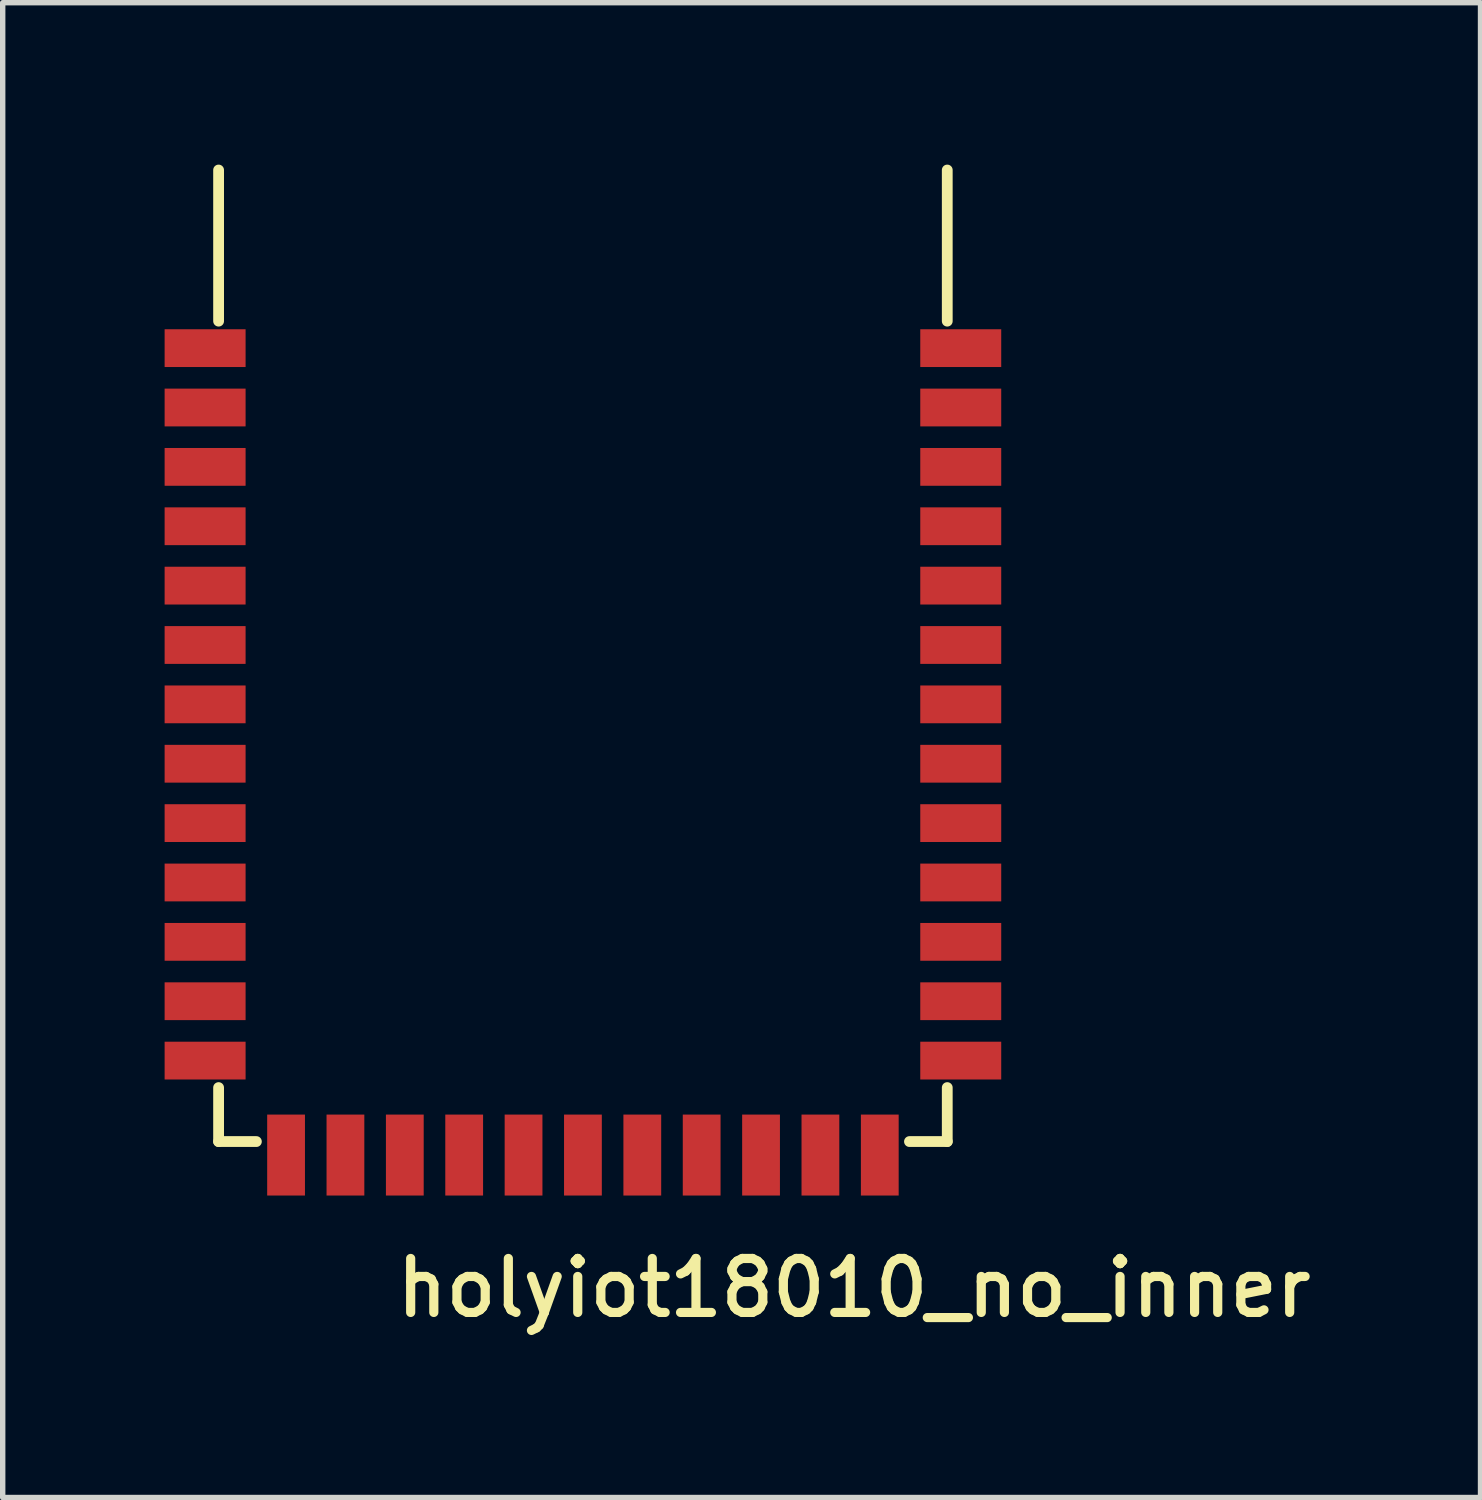
<source format=kicad_pcb>
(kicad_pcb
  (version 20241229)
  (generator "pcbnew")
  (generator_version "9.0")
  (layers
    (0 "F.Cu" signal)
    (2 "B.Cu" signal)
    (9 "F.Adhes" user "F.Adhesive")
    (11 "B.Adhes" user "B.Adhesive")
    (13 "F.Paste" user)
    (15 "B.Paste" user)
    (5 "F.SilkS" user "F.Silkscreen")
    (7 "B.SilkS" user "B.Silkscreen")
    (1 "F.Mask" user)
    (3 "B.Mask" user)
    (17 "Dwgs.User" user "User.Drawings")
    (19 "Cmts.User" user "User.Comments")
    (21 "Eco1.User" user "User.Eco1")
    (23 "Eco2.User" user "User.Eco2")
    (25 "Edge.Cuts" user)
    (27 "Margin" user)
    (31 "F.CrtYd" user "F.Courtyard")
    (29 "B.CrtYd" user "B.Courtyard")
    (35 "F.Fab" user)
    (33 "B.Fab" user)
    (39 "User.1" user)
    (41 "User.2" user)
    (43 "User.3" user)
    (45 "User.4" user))
  (footprint "holyiot18010_no_inner"
    (layer "F.Cu")
    (at 14.5 3.4)
    (property "Reference" "holyiot18010_no_inner" (at -1.727 17.412 0) (layer "F.SilkS") (effects (font (size 1 1) (thickness 0.17))))
    (attr smd)
    (fp_line (start -13.5 -0.5) (end -13.5 -3.3) (stroke (width 0.2) (type solid)) (layer "F.SilkS"))
    (fp_line (start -13.5 14.7) (end -13.5 13.7) (stroke (width 0.2) (type solid)) (layer "F.SilkS"))
    (fp_line (start -12.8 14.7) (end -13.5 14.7) (stroke (width 0.2) (type solid)) (layer "F.SilkS"))
    (fp_line (start -0.7 14.7) (end 0 14.7) (stroke (width 0.2) (type solid)) (layer "F.SilkS"))
    (fp_line (start 0 -0.5) (end 0 -3.3) (stroke (width 0.2) (type solid)) (layer "F.SilkS"))
    (fp_line (start 0 14.7) (end 0 13.7) (stroke (width 0.2) (type solid)) (layer "F.SilkS"))
    (pad "1" smd rect (at -13.5 0) (size 1.5 0.7) (drill (offset -0.25 0)) (layers "F.Cu" "F.Mask" "F.Paste"))
    (pad "1" smd rect (at 0 0) (size 1.5 0.7) (drill (offset 0.25 0)) (layers "F.Cu" "F.Mask" "F.Paste"))
    (pad "1" smd rect (at 0 13.2) (size 1.5 0.7) (drill (offset 0.25 0)) (layers "F.Cu" "F.Mask" "F.Paste"))
    (pad "2" smd rect (at -13.5 1.1) (size 1.5 0.7) (drill (offset -0.25 0)) (layers "F.Cu" "F.Mask" "F.Paste"))
    (pad "3" smd rect (at -13.5 2.2) (size 1.5 0.7) (drill (offset -0.25 0)) (layers "F.Cu" "F.Mask" "F.Paste"))
    (pad "4" smd rect (at -13.5 3.3) (size 1.5 0.7) (drill (offset -0.25 0)) (layers "F.Cu" "F.Mask" "F.Paste"))
    (pad "5" smd rect (at -13.5 4.4) (size 1.5 0.7) (drill (offset -0.25 0)) (layers "F.Cu" "F.Mask" "F.Paste"))
    (pad "6" smd rect (at -13.5 5.5) (size 1.5 0.7) (drill (offset -0.25 0)) (layers "F.Cu" "F.Mask" "F.Paste"))
    (pad "7" smd rect (at -13.5 6.6) (size 1.5 0.7) (drill (offset -0.25 0)) (layers "F.Cu" "F.Mask" "F.Paste"))
    (pad "8" smd rect (at -13.5 7.7) (size 1.5 0.7) (drill (offset -0.25 0)) (layers "F.Cu" "F.Mask" "F.Paste"))
    (pad "9" smd rect (at -13.5 8.8) (size 1.5 0.7) (drill (offset -0.25 0)) (layers "F.Cu" "F.Mask" "F.Paste"))
    (pad "10" smd rect (at -13.5 9.9) (size 1.5 0.7) (drill (offset -0.25 0)) (layers "F.Cu" "F.Mask" "F.Paste"))
    (pad "11" smd rect (at -13.5 11) (size 1.5 0.7) (drill (offset -0.25 0)) (layers "F.Cu" "F.Mask" "F.Paste"))
    (pad "12" smd rect (at -13.5 12.1) (size 1.5 0.7) (drill (offset -0.25 0)) (layers "F.Cu" "F.Mask" "F.Paste"))
    (pad "13" smd rect (at -13.5 13.2) (size 1.5 0.7) (drill (offset -0.25 0)) (layers "F.Cu" "F.Mask" "F.Paste"))
    (pad "14" smd rect (at -12.25 14.7) (size 0.7 1.5) (drill (offset 0 0.25)) (layers "F.Cu" "F.Mask" "F.Paste"))
    (pad "15" smd rect (at -11.15 14.7) (size 0.7 1.5) (drill (offset 0 0.25)) (layers "F.Cu" "F.Mask" "F.Paste"))
    (pad "16" smd rect (at -10.05 14.7) (size 0.7 1.5) (drill (offset 0 0.25)) (layers "F.Cu" "F.Mask" "F.Paste"))
    (pad "17" smd rect (at -8.95 14.7) (size 0.7 1.5) (drill (offset 0 0.25)) (layers "F.Cu" "F.Mask" "F.Paste"))
    (pad "18" smd rect (at -7.85 14.7) (size 0.7 1.5) (drill (offset 0 0.25)) (layers "F.Cu" "F.Mask" "F.Paste"))
    (pad "19" smd rect (at -6.75 14.7) (size 0.7 1.5) (drill (offset 0 0.25)) (layers "F.Cu" "F.Mask" "F.Paste"))
    (pad "20" smd rect (at -5.65 14.7) (size 0.7 1.5) (drill (offset 0 0.25)) (layers "F.Cu" "F.Mask" "F.Paste"))
    (pad "21" smd rect (at -4.55 14.7) (size 0.7 1.5) (drill (offset 0 0.25)) (layers "F.Cu" "F.Mask" "F.Paste"))
    (pad "22" smd rect (at -3.45 14.7) (size 0.7 1.5) (drill (offset 0 0.25)) (layers "F.Cu" "F.Mask" "F.Paste"))
    (pad "23" smd rect (at -2.35 14.7) (size 0.7 1.5) (drill (offset 0 0.25)) (layers "F.Cu" "F.Mask" "F.Paste"))
    (pad "24" smd rect (at -1.25 14.7) (size 0.7 1.5) (drill (offset 0 0.25)) (layers "F.Cu" "F.Mask" "F.Paste"))
    (pad "26" smd rect (at 0 12.1) (size 1.5 0.7) (drill (offset 0.25 0)) (layers "F.Cu" "F.Mask" "F.Paste"))
    (pad "27" smd rect (at 0 11) (size 1.5 0.7) (drill (offset 0.25 0)) (layers "F.Cu" "F.Mask" "F.Paste"))
    (pad "28" smd rect (at 0 9.9) (size 1.5 0.7) (drill (offset 0.25 0)) (layers "F.Cu" "F.Mask" "F.Paste"))
    (pad "29" smd rect (at 0 8.8) (size 1.5 0.7) (drill (offset 0.25 0)) (layers "F.Cu" "F.Mask" "F.Paste"))
    (pad "30" smd rect (at 0 7.7) (size 1.5 0.7) (drill (offset 0.25 0)) (layers "F.Cu" "F.Mask" "F.Paste"))
    (pad "31" smd rect (at 0 6.6) (size 1.5 0.7) (drill (offset 0.25 0)) (layers "F.Cu" "F.Mask" "F.Paste"))
    (pad "32" smd rect (at 0 5.5) (size 1.5 0.7) (drill (offset 0.25 0)) (layers "F.Cu" "F.Mask" "F.Paste"))
    (pad "33" smd rect (at 0 4.4) (size 1.5 0.7) (drill (offset 0.25 0)) (layers "F.Cu" "F.Mask" "F.Paste"))
    (pad "34" smd rect (at 0 3.3) (size 1.5 0.7) (drill (offset 0.25 0)) (layers "F.Cu" "F.Mask" "F.Paste"))
    (pad "35" smd rect (at 0 2.2) (size 1.5 0.7) (drill (offset 0.25 0)) (layers "F.Cu" "F.Mask" "F.Paste"))
    (pad "36" smd rect (at 0 1.1) (size 1.5 0.7) (drill (offset 0.25 0)) (layers "F.Cu" "F.Mask" "F.Paste")))
  (gr_rect
    (start -3 -3)
    (end 24.38 24.695)
    (stroke (width 0.1) (type default))
    (fill no)
    (layer "Edge.Cuts")))
</source>
